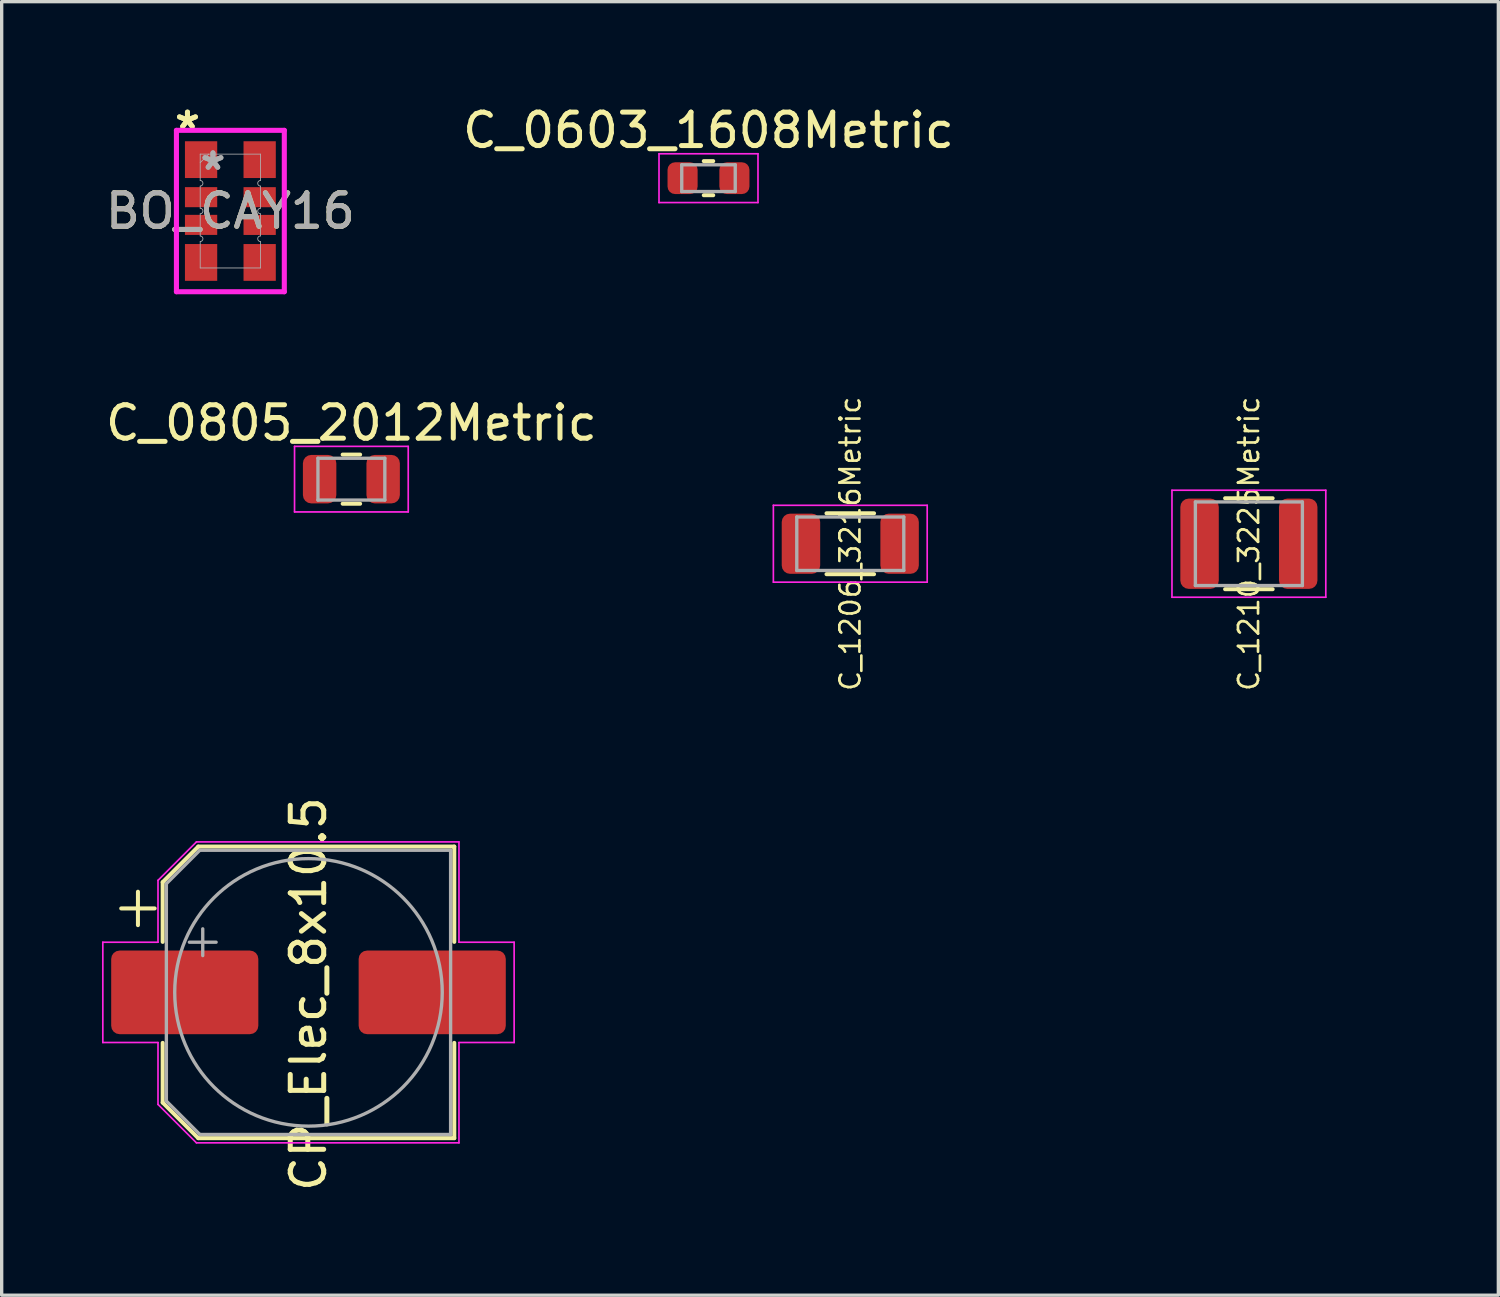
<source format=kicad_pcb>
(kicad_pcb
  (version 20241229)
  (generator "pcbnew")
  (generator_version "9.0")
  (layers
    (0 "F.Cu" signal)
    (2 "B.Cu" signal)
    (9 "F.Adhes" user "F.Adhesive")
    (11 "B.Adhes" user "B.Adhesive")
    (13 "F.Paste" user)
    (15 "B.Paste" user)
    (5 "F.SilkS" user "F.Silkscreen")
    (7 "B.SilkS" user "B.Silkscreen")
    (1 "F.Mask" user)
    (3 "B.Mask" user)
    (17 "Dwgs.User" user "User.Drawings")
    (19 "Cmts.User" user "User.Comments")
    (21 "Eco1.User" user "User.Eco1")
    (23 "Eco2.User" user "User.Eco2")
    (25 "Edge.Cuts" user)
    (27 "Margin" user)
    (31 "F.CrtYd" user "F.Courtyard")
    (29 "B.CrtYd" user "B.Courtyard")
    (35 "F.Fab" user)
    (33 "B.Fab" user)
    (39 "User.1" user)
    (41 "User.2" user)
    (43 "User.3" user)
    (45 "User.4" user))
  (footprint "C_1206_3216Metric"
    (layer "F.Cu")
    (at 22.377 13.21)
    (property "Reference" "C_1206_3216Metric" (at 0 0 270) (layer "F.SilkS") (effects (font (size 0.6 0.6) (thickness 0.08))))
    (attr smd)
    (fp_line (start -0.711 -0.91) (end 0.711 -0.91) (stroke (width 0.12) (type solid)) (layer "F.SilkS"))
    (fp_line (start -0.711 0.91) (end 0.711 0.91) (stroke (width 0.12) (type solid)) (layer "F.SilkS"))
    (fp_line (start -2.3 -1.15) (end 2.3 -1.15) (stroke (width 0.05) (type solid)) (layer "F.CrtYd"))
    (fp_line (start -2.3 1.15) (end -2.3 -1.15) (stroke (width 0.05) (type solid)) (layer "F.CrtYd"))
    (fp_line (start 2.3 -1.15) (end 2.3 1.15) (stroke (width 0.05) (type solid)) (layer "F.CrtYd"))
    (fp_line (start 2.3 1.15) (end -2.3 1.15) (stroke (width 0.05) (type solid)) (layer "F.CrtYd"))
    (fp_line (start -1.6 -0.8) (end 1.6 -0.8) (stroke (width 0.1) (type solid)) (layer "F.Fab"))
    (fp_line (start -1.6 0.8) (end -1.6 -0.8) (stroke (width 0.1) (type solid)) (layer "F.Fab"))
    (fp_line (start 1.6 -0.8) (end 1.6 0.8) (stroke (width 0.1) (type solid)) (layer "F.Fab"))
    (fp_line (start 1.6 0.8) (end -1.6 0.8) (stroke (width 0.1) (type solid)) (layer "F.Fab"))
    (fp_rect (start -2.134 -0.965) (end 2.134 0.965) (stroke (width 0.1) (type default)) (fill no) (layer "User.7"))
    (fp_text user "${REFERENCE}" (at 0 0 0) (layer "User.5") (effects (font (size 0.6 0.6) (thickness 0.08))))
    (pad "1" smd roundrect (at -1.475 0) (size 1.15 1.8) (layers "F.Cu" "F.Mask" "F.Paste") (roundrect_rratio 0.217))
    (pad "2" smd roundrect (at 1.475 0) (size 1.15 1.8) (layers "F.Cu" "F.Mask" "F.Paste") (roundrect_rratio 0.217)))
  (footprint "C_0805_2012Metric"
    (layer "F.Cu")
    (at 7.458 11.279)
    (property "Reference" "C_0805_2012Metric" (at 0 -1.68 0) (layer "F.SilkS") (effects (font (size 1 1) (thickness 0.15))))
    (attr smd)
    (fp_line (start -0.261 -0.735) (end 0.261 -0.735) (stroke (width 0.12) (type solid)) (layer "F.SilkS"))
    (fp_line (start -0.261 0.735) (end 0.261 0.735) (stroke (width 0.12) (type solid)) (layer "F.SilkS"))
    (fp_line (start -1.7 -0.98) (end 1.7 -0.98) (stroke (width 0.05) (type solid)) (layer "F.CrtYd"))
    (fp_line (start -1.7 0.98) (end -1.7 -0.98) (stroke (width 0.05) (type solid)) (layer "F.CrtYd"))
    (fp_line (start 1.7 -0.98) (end 1.7 0.98) (stroke (width 0.05) (type solid)) (layer "F.CrtYd"))
    (fp_line (start 1.7 0.98) (end -1.7 0.98) (stroke (width 0.05) (type solid)) (layer "F.CrtYd"))
    (fp_line (start -1 -0.625) (end 1 -0.625) (stroke (width 0.1) (type solid)) (layer "F.Fab"))
    (fp_line (start -1 0.625) (end -1 -0.625) (stroke (width 0.1) (type solid)) (layer "F.Fab"))
    (fp_line (start 1 -0.625) (end 1 0.625) (stroke (width 0.1) (type solid)) (layer "F.Fab"))
    (fp_line (start 1 0.625) (end -1 0.625) (stroke (width 0.1) (type solid)) (layer "F.Fab"))
    (fp_rect (start -1.575 -0.813) (end 1.575 0.813) (stroke (width 0.1) (type default)) (fill no) (layer "User.7"))
    (fp_text user "${REFERENCE}" (at 0 0 0) (layer "User.5") (effects (font (size 0.6 0.6) (thickness 0.08))))
    (pad "1" smd roundrect (at -0.95 0) (size 1 1.45) (layers "F.Cu" "F.Mask" "F.Paste") (roundrect_rratio 0.25))
    (pad "2" smd roundrect (at 0.95 0) (size 1 1.45) (layers "F.Cu" "F.Mask" "F.Paste") (roundrect_rratio 0.25)))
  (footprint "C_0603_1608Metric"
    (layer "F.Cu")
    (at 18.137 2.278)
    (property "Reference" "C_0603_1608Metric" (at 0 -1.43 0) (layer "F.SilkS") (effects (font (size 1 1) (thickness 0.15))))
    (attr smd)
    (fp_line (start -0.141 -0.51) (end 0.141 -0.51) (stroke (width 0.12) (type solid)) (layer "F.SilkS"))
    (fp_line (start -0.141 0.51) (end 0.141 0.51) (stroke (width 0.12) (type solid)) (layer "F.SilkS"))
    (fp_line (start -1.48 -0.73) (end 1.48 -0.73) (stroke (width 0.05) (type solid)) (layer "F.CrtYd"))
    (fp_line (start -1.48 0.73) (end -1.48 -0.73) (stroke (width 0.05) (type solid)) (layer "F.CrtYd"))
    (fp_line (start 1.48 -0.73) (end 1.48 0.73) (stroke (width 0.05) (type solid)) (layer "F.CrtYd"))
    (fp_line (start 1.48 0.73) (end -1.48 0.73) (stroke (width 0.05) (type solid)) (layer "F.CrtYd"))
    (fp_line (start -0.8 -0.4) (end 0.8 -0.4) (stroke (width 0.1) (type solid)) (layer "F.Fab"))
    (fp_line (start -0.8 0.4) (end -0.8 -0.4) (stroke (width 0.1) (type solid)) (layer "F.Fab"))
    (fp_line (start 0.8 -0.4) (end 0.8 0.4) (stroke (width 0.1) (type solid)) (layer "F.Fab"))
    (fp_line (start 0.8 0.4) (end -0.8 0.4) (stroke (width 0.1) (type solid)) (layer "F.Fab"))
    (fp_rect (start -1.321 -0.559) (end 1.321 0.559) (stroke (width 0.1) (type default)) (fill no) (layer "User.7"))
    (fp_text user "${REFERENCE}" (at 0 0 0) (layer "User.5") (effects (font (size 0.6 0.6) (thickness 0.08))))
    (pad "1" smd roundrect (at -0.775 0) (size 0.9 0.95) (layers "F.Cu" "F.Mask" "F.Paste") (roundrect_rratio 0.25))
    (pad "2" smd roundrect (at 0.775 0) (size 0.9 0.95) (layers "F.Cu" "F.Mask" "F.Paste") (roundrect_rratio 0.25)))
  (footprint "BO_CAY16"
    (layer "F.Cu")
    (at 3.839 3.261)
    (property "Reference" "BO_CAY16" (at 0 0 0) (unlocked yes) (layer "F.SilkS") (effects (font (size 1 1) (thickness 0.15))))
    (attr smd)
    (fp_line (start -1.613 -2.413) (end 1.613 -2.413) (stroke (width 0.152) (type solid)) (layer "F.CrtYd"))
    (fp_line (start -1.613 2.413) (end -1.613 -2.413) (stroke (width 0.152) (type solid)) (layer "F.CrtYd"))
    (fp_line (start 1.613 -2.413) (end 1.613 2.413) (stroke (width 0.152) (type solid)) (layer "F.CrtYd"))
    (fp_line (start 1.613 2.413) (end -1.613 2.413) (stroke (width 0.152) (type solid)) (layer "F.CrtYd"))
    (fp_line (start -0.902 -1.702) (end 0.902 -1.702) (stroke (width 0.025) (type solid)) (layer "F.Fab"))
    (fp_line (start -0.902 -0.914) (end -0.902 -1.702) (stroke (width 0.025) (type solid)) (layer "F.Fab"))
    (fp_line (start -0.902 -0.745) (end -0.902 -0.085) (stroke (width 0.025) (type solid)) (layer "F.Fab"))
    (fp_line (start -0.902 0.084) (end -0.902 0.744) (stroke (width 0.025) (type solid)) (layer "F.Fab"))
    (fp_line (start -0.902 0.914) (end -0.902 1.702) (stroke (width 0.025) (type solid)) (layer "F.Fab"))
    (fp_line (start -0.902 1.702) (end 0.902 1.702) (stroke (width 0.025) (type solid)) (layer "F.Fab"))
    (fp_line (start -0.648 -1.702) (end -0.902 -1.448) (stroke (width 0.025) (type solid)) (layer "F.Fab"))
    (fp_line (start 0.902 -0.914) (end 0.902 -1.702) (stroke (width 0.025) (type solid)) (layer "F.Fab"))
    (fp_line (start 0.902 -0.745) (end 0.902 -0.085) (stroke (width 0.025) (type solid)) (layer "F.Fab"))
    (fp_line (start 0.902 0.084) (end 0.902 0.744) (stroke (width 0.025) (type solid)) (layer "F.Fab"))
    (fp_line (start 0.902 0.914) (end 0.902 1.702) (stroke (width 0.025) (type solid)) (layer "F.Fab"))
    (fp_arc (start -0.9017 -0.9144) (mid -0.817245 -0.829945) (end -0.9017 -0.74549) (stroke (width 0.0254) (type solid)) (layer "F.Fab"))
    (fp_arc (start -0.9017 -0.08509) (mid -0.817245 -0.000635) (end -0.9017 0.08382) (stroke (width 0.0254) (type solid)) (layer "F.Fab"))
    (fp_arc (start -0.9017 0.74422) (mid -0.817245 0.828675) (end -0.9017 0.91313) (stroke (width 0.0254) (type solid)) (layer "F.Fab"))
    (fp_arc (start 0.9017 -0.74549) (mid 0.817245 -0.829945) (end 0.9017 -0.9144) (stroke (width 0.0254) (type solid)) (layer "F.Fab"))
    (fp_arc (start 0.9017 0.08382) (mid 0.817245 -0.000635) (end 0.9017 -0.08509) (stroke (width 0.0254) (type solid)) (layer "F.Fab"))
    (fp_arc (start 0.9017 0.91313) (mid 0.817245 0.828675) (end 0.9017 0.74422) (stroke (width 0.0254) (type solid)) (layer "F.Fab"))
    (fp_text user "*" (at -1.283 -2.413 0) (unlocked yes) (layer "F.SilkS") (effects (font (size 1 1) (thickness 0.15))))
    (fp_text user "*" (at -1.283 -2.413 0) (layer "F.SilkS") (effects (font (size 1 1) (thickness 0.15))))
    (fp_text user "*" (at -0.521 -1.194 0) (layer "F.Fab") (effects (font (size 1 1) (thickness 0.15))))
    (fp_text user "${REFERENCE}" (at 0 0 0) (unlocked yes) (layer "F.Fab") (effects (font (size 1 1) (thickness 0.15))))
    (fp_text user "*" (at -0.521 -1.194 0) (unlocked yes) (layer "F.Fab") (effects (font (size 1 1) (thickness 0.15))))
    (pad "1" smd rect (at -0.876 -1.537) (size 0.965 1.1) (layers "F.Cu" "F.Mask" "F.Paste"))
    (pad "2" smd rect (at -0.876 -0.415) (size 0.965 0.6) (layers "F.Cu" "F.Mask" "F.Paste"))
    (pad "3" smd rect (at -0.876 0.414) (size 0.965 0.6) (layers "F.Cu" "F.Mask" "F.Paste"))
    (pad "4" smd rect (at -0.876 1.537) (size 0.965 1.1) (layers "F.Cu" "F.Mask" "F.Paste"))
    (pad "5" smd rect (at 0.876 1.537) (size 0.965 1.1) (layers "F.Cu" "F.Mask" "F.Paste"))
    (pad "6" smd rect (at 0.876 0.415) (size 0.965 0.6) (layers "F.Cu" "F.Mask" "F.Paste"))
    (pad "7" smd rect (at 0.876 -0.414) (size 0.965 0.6) (layers "F.Cu" "F.Mask" "F.Paste"))
    (pad "8" smd rect (at 0.876 -1.537) (size 0.965 1.1) (layers "F.Cu" "F.Mask" "F.Paste")))
  (footprint "C_1210_3225Metric"
    (layer "F.Cu")
    (at 34.297 13.21)
    (property "Reference" "C_1210_3225Metric" (at 0 0 90) (layer "F.SilkS") (effects (font (size 0.6 0.6) (thickness 0.08))))
    (attr smd)
    (fp_line (start -0.711 -1.36) (end 0.711 -1.36) (stroke (width 0.12) (type solid)) (layer "F.SilkS"))
    (fp_line (start -0.711 1.36) (end 0.711 1.36) (stroke (width 0.12) (type solid)) (layer "F.SilkS"))
    (fp_line (start -2.3 -1.6) (end 2.3 -1.6) (stroke (width 0.05) (type solid)) (layer "F.CrtYd"))
    (fp_line (start -2.3 1.6) (end -2.3 -1.6) (stroke (width 0.05) (type solid)) (layer "F.CrtYd"))
    (fp_line (start 2.3 -1.6) (end 2.3 1.6) (stroke (width 0.05) (type solid)) (layer "F.CrtYd"))
    (fp_line (start 2.3 1.6) (end -2.3 1.6) (stroke (width 0.05) (type solid)) (layer "F.CrtYd"))
    (fp_line (start -1.6 -1.25) (end 1.6 -1.25) (stroke (width 0.1) (type solid)) (layer "F.Fab"))
    (fp_line (start -1.6 1.25) (end -1.6 -1.25) (stroke (width 0.1) (type solid)) (layer "F.Fab"))
    (fp_line (start 1.6 -1.25) (end 1.6 1.25) (stroke (width 0.1) (type solid)) (layer "F.Fab"))
    (fp_line (start 1.6 1.25) (end -1.6 1.25) (stroke (width 0.1) (type solid)) (layer "F.Fab"))
    (fp_rect (start -2.134 -1.372) (end 2.134 1.372) (stroke (width 0.1) (type default)) (fill no) (layer "User.7"))
    (fp_text user "${REFERENCE}" (at 0 0 0) (layer "User.5") (effects (font (size 0.6 0.6) (thickness 0.08))))
    (pad "1" smd roundrect (at -1.475 0) (size 1.15 2.7) (layers "F.Cu" "F.Mask" "F.Paste") (roundrect_rratio 0.217))
    (pad "2" smd roundrect (at 1.475 0) (size 1.15 2.7) (layers "F.Cu" "F.Mask" "F.Paste") (roundrect_rratio 0.217)))
  (footprint "CP_Elec_8x10.5"
    (layer "F.Cu")
    (at 6.175 26.626)
    (property "Reference" "CP_Elec_8x10.5" (at 0 0.05 90) (layer "F.SilkS") (effects (font (size 1 1) (thickness 0.15))))
    (attr smd)
    (fp_line (start -5.6 -2.51) (end -4.6 -2.51) (stroke (width 0.12) (type solid)) (layer "F.SilkS"))
    (fp_line (start -5.1 -3.01) (end -5.1 -2.01) (stroke (width 0.12) (type solid)) (layer "F.SilkS"))
    (fp_line (start -4.36 -3.296) (end -4.36 -1.51) (stroke (width 0.12) (type solid)) (layer "F.SilkS"))
    (fp_line (start -4.36 -3.296) (end -3.296 -4.36) (stroke (width 0.12) (type solid)) (layer "F.SilkS"))
    (fp_line (start -4.36 3.296) (end -4.36 1.51) (stroke (width 0.12) (type solid)) (layer "F.SilkS"))
    (fp_line (start -4.36 3.296) (end -3.296 4.36) (stroke (width 0.12) (type solid)) (layer "F.SilkS"))
    (fp_line (start -3.296 -4.36) (end 4.36 -4.36) (stroke (width 0.12) (type solid)) (layer "F.SilkS"))
    (fp_line (start -3.296 4.36) (end 4.36 4.36) (stroke (width 0.12) (type solid)) (layer "F.SilkS"))
    (fp_line (start 4.36 -4.36) (end 4.36 -1.51) (stroke (width 0.12) (type solid)) (layer "F.SilkS"))
    (fp_line (start 4.36 4.36) (end 4.36 1.51) (stroke (width 0.12) (type solid)) (layer "F.SilkS"))
    (fp_line (start -6.15 -1.5) (end -6.15 1.5) (stroke (width 0.05) (type solid)) (layer "F.CrtYd"))
    (fp_line (start -6.15 1.5) (end -4.5 1.5) (stroke (width 0.05) (type solid)) (layer "F.CrtYd"))
    (fp_line (start -4.5 -3.35) (end -4.5 -1.5) (stroke (width 0.05) (type solid)) (layer "F.CrtYd"))
    (fp_line (start -4.5 -3.35) (end -3.35 -4.5) (stroke (width 0.05) (type solid)) (layer "F.CrtYd"))
    (fp_line (start -4.5 -1.5) (end -6.15 -1.5) (stroke (width 0.05) (type solid)) (layer "F.CrtYd"))
    (fp_line (start -4.5 1.5) (end -4.5 3.35) (stroke (width 0.05) (type solid)) (layer "F.CrtYd"))
    (fp_line (start -4.5 3.35) (end -3.35 4.5) (stroke (width 0.05) (type solid)) (layer "F.CrtYd"))
    (fp_line (start -3.35 -4.5) (end 4.5 -4.5) (stroke (width 0.05) (type solid)) (layer "F.CrtYd"))
    (fp_line (start -3.35 4.5) (end 4.5 4.5) (stroke (width 0.05) (type solid)) (layer "F.CrtYd"))
    (fp_line (start 4.5 -4.5) (end 4.5 -1.5) (stroke (width 0.05) (type solid)) (layer "F.CrtYd"))
    (fp_line (start 4.5 -1.5) (end 6.15 -1.5) (stroke (width 0.05) (type solid)) (layer "F.CrtYd"))
    (fp_line (start 4.5 1.5) (end 4.5 4.5) (stroke (width 0.05) (type solid)) (layer "F.CrtYd"))
    (fp_line (start 6.15 -1.5) (end 6.15 1.5) (stroke (width 0.05) (type solid)) (layer "F.CrtYd"))
    (fp_line (start 6.15 1.5) (end 4.5 1.5) (stroke (width 0.05) (type solid)) (layer "F.CrtYd"))
    (fp_line (start -4.25 -3.25) (end -4.25 3.25) (stroke (width 0.1) (type solid)) (layer "F.Fab"))
    (fp_line (start -4.25 -3.25) (end -3.25 -4.25) (stroke (width 0.1) (type solid)) (layer "F.Fab"))
    (fp_line (start -4.25 3.25) (end -3.25 4.25) (stroke (width 0.1) (type solid)) (layer "F.Fab"))
    (fp_line (start -3.562 -1.5) (end -2.762 -1.5) (stroke (width 0.1) (type solid)) (layer "F.Fab"))
    (fp_line (start -3.25 -4.25) (end 4.25 -4.25) (stroke (width 0.1) (type solid)) (layer "F.Fab"))
    (fp_line (start -3.25 4.25) (end 4.25 4.25) (stroke (width 0.1) (type solid)) (layer "F.Fab"))
    (fp_line (start -3.162 -1.9) (end -3.162 -1.1) (stroke (width 0.1) (type solid)) (layer "F.Fab"))
    (fp_line (start 4.25 -4.25) (end 4.25 4.25) (stroke (width 0.1) (type solid)) (layer "F.Fab"))
    (fp_circle (center 0 0) (end 4 0) (stroke (width 0.1) (type solid)) (fill no) (layer "F.Fab"))
    (fp_line (start -4.25 -3.25) (end -4.25 3.25) (stroke (width 0.1) (type solid)) (layer "User.7"))
    (fp_line (start -4.25 -3.25) (end -3.25 -4.25) (stroke (width 0.1) (type solid)) (layer "User.7"))
    (fp_line (start -4.25 3.25) (end -3.25 4.25) (stroke (width 0.1) (type solid)) (layer "User.7"))
    (fp_line (start -3.562 -1.5) (end -2.762 -1.5) (stroke (width 0.1) (type solid)) (layer "User.7"))
    (fp_line (start -3.25 -4.25) (end 4.25 -4.25) (stroke (width 0.1) (type solid)) (layer "User.7"))
    (fp_line (start -3.25 4.25) (end 4.25 4.25) (stroke (width 0.1) (type solid)) (layer "User.7"))
    (fp_line (start -3.162 -1.9) (end -3.162 -1.1) (stroke (width 0.1) (type solid)) (layer "User.7"))
    (fp_line (start 4.25 -4.25) (end 4.25 4.25) (stroke (width 0.1) (type solid)) (layer "User.7"))
    (fp_text user "${REFERENCE}" (at 0 0 0) (layer "User.5") (effects (font (size 0.6 0.6) (thickness 0.08))))
    (pad "1" smd roundrect (at -3.7 0) (size 4.4 2.5) (layers "F.Cu" "F.Mask" "F.Paste") (roundrect_rratio 0.1))
    (pad "2" smd roundrect (at 3.7 0) (size 4.4 2.5) (layers "F.Cu" "F.Mask" "F.Paste") (roundrect_rratio 0.1)))
  (gr_rect
    (start -3 -3)
    (end 41.757 35.682)
    (stroke (width 0.1) (type default))
    (fill no)
    (layer "Edge.Cuts")))
</source>
